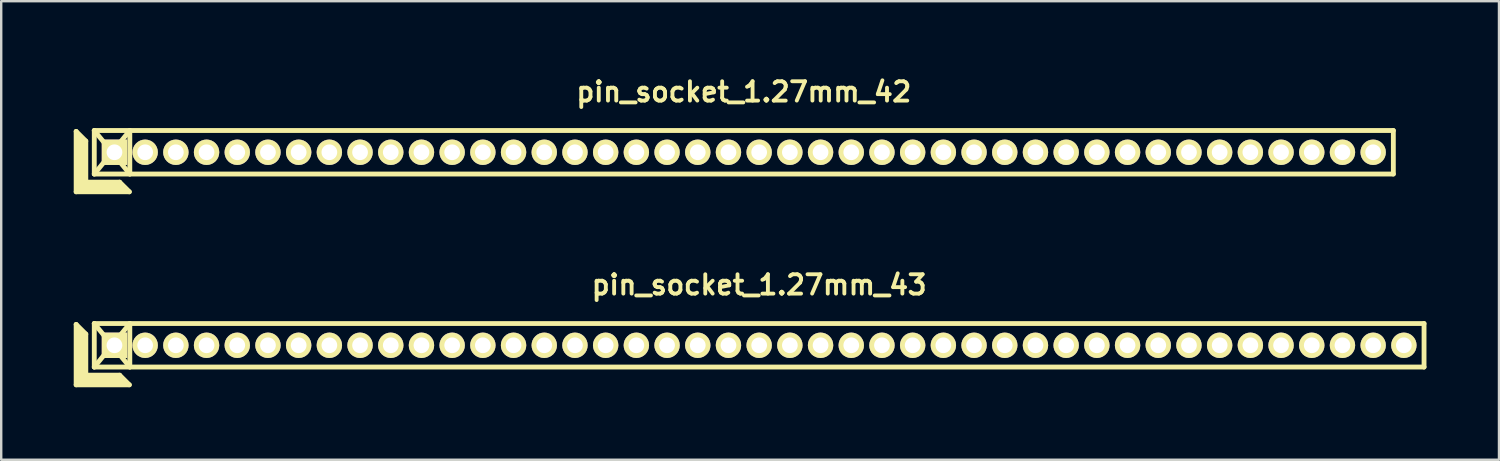
<source format=kicad_pcb>
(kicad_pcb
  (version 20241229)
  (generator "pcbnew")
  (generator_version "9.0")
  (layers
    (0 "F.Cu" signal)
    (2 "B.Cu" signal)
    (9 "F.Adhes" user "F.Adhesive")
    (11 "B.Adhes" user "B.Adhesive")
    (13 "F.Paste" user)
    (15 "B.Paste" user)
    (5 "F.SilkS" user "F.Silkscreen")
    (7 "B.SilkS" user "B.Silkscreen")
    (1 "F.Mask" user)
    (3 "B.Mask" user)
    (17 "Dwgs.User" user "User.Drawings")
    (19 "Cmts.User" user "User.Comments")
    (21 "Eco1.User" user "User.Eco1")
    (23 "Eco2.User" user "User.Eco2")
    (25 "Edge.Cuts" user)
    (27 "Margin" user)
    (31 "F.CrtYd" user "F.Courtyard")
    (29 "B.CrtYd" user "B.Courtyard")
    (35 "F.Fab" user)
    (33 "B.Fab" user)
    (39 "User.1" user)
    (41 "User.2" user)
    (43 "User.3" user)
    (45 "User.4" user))
  (footprint "pin_socket_1.27mm_43"
    (layer "F.Cu")
    (at 28.355 11.234)
    (property "Reference" "pin_socket_1.27mm_43" (at 0 -2.5 0) (layer "F.SilkS") (effects (font (size 0.8 0.8) (thickness 0.16))))
    (attr through_hole)
    (fp_line (start -28.255 -0.864) (end -28.255 1.636) (stroke (width 0.2) (type solid)) (layer "F.SilkS"))
    (fp_line (start -28.255 -0.864) (end -27.855 -0.464) (stroke (width 0.2) (type solid)) (layer "F.SilkS"))
    (fp_line (start -28.255 1.636) (end -26.055 1.636) (stroke (width 0.2) (type solid)) (layer "F.SilkS"))
    (fp_line (start -28.155 1.536) (end -28.155 -0.664) (stroke (width 0.2) (type solid)) (layer "F.SilkS"))
    (fp_line (start -28.155 1.536) (end -26.255 1.536) (stroke (width 0.2) (type solid)) (layer "F.SilkS"))
    (fp_line (start -28.055 1.436) (end -28.055 -0.564) (stroke (width 0.2) (type solid)) (layer "F.SilkS"))
    (fp_line (start -28.055 1.436) (end -26.355 1.436) (stroke (width 0.2) (type solid)) (layer "F.SilkS"))
    (fp_line (start -27.955 1.336) (end -27.955 -0.464) (stroke (width 0.2) (type solid)) (layer "F.SilkS"))
    (fp_line (start -27.955 1.336) (end -26.455 1.336) (stroke (width 0.2) (type solid)) (layer "F.SilkS"))
    (fp_line (start -27.855 1.236) (end -27.855 -0.464) (stroke (width 0.2) (type solid)) (layer "F.SilkS"))
    (fp_line (start -27.855 1.236) (end -26.455 1.236) (stroke (width 0.2) (type solid)) (layer "F.SilkS"))
    (fp_line (start -27.505 -0.9) (end -26.035 0.9) (stroke (width 0.2) (type solid)) (layer "F.SilkS"))
    (fp_line (start -27.505 -0.9) (end 27.505 -0.9) (stroke (width 0.2) (type solid)) (layer "F.SilkS"))
    (fp_line (start -27.505 0.9) (end -27.505 -0.9) (stroke (width 0.2) (type solid)) (layer "F.SilkS"))
    (fp_line (start -27.505 0.9) (end -26.035 -0.9) (stroke (width 0.2) (type solid)) (layer "F.SilkS"))
    (fp_line (start -26.455 1.236) (end -26.055 1.636) (stroke (width 0.2) (type solid)) (layer "F.SilkS"))
    (fp_line (start -26.035 -0.9) (end -26.035 0.9) (stroke (width 0.2) (type solid)) (layer "F.SilkS"))
    (fp_line (start 27.505 -0.9) (end 27.505 0.9) (stroke (width 0.2) (type solid)) (layer "F.SilkS"))
    (fp_line (start 27.505 0.9) (end -27.505 0.9) (stroke (width 0.2) (type solid)) (layer "F.SilkS"))
    (pad "1" thru_hole rect (at -26.67 0) (size 1.05 1.05) (drill 0.65) (layers "*.Cu" "*.Mask" "F.SilkS"))
    (pad "2" thru_hole oval (at -25.4 0) (size 1.05 1.05) (drill 0.65) (layers "*.Cu" "*.Mask" "F.SilkS"))
    (pad "3" thru_hole oval (at -24.13 0) (size 1.05 1.05) (drill 0.65) (layers "*.Cu" "*.Mask" "F.SilkS"))
    (pad "4" thru_hole oval (at -22.86 0) (size 1.05 1.05) (drill 0.65) (layers "*.Cu" "*.Mask" "F.SilkS"))
    (pad "5" thru_hole oval (at -21.59 0) (size 1.05 1.05) (drill 0.65) (layers "*.Cu" "*.Mask" "F.SilkS"))
    (pad "6" thru_hole oval (at -20.32 0) (size 1.05 1.05) (drill 0.65) (layers "*.Cu" "*.Mask" "F.SilkS"))
    (pad "7" thru_hole oval (at -19.05 0) (size 1.05 1.05) (drill 0.65) (layers "*.Cu" "*.Mask" "F.SilkS"))
    (pad "8" thru_hole oval (at -17.78 0) (size 1.05 1.05) (drill 0.65) (layers "*.Cu" "*.Mask" "F.SilkS"))
    (pad "9" thru_hole oval (at -16.51 0) (size 1.05 1.05) (drill 0.65) (layers "*.Cu" "*.Mask" "F.SilkS"))
    (pad "10" thru_hole oval (at -15.24 0) (size 1.05 1.05) (drill 0.65) (layers "*.Cu" "*.Mask" "F.SilkS"))
    (pad "11" thru_hole oval (at -13.97 0) (size 1.05 1.05) (drill 0.65) (layers "*.Cu" "*.Mask" "F.SilkS"))
    (pad "12" thru_hole oval (at -12.7 0) (size 1.05 1.05) (drill 0.65) (layers "*.Cu" "*.Mask" "F.SilkS"))
    (pad "13" thru_hole oval (at -11.43 0) (size 1.05 1.05) (drill 0.65) (layers "*.Cu" "*.Mask" "F.SilkS"))
    (pad "14" thru_hole oval (at -10.16 0) (size 1.05 1.05) (drill 0.65) (layers "*.Cu" "*.Mask" "F.SilkS"))
    (pad "15" thru_hole oval (at -8.89 0) (size 1.05 1.05) (drill 0.65) (layers "*.Cu" "*.Mask" "F.SilkS"))
    (pad "16" thru_hole oval (at -7.62 0) (size 1.05 1.05) (drill 0.65) (layers "*.Cu" "*.Mask" "F.SilkS"))
    (pad "17" thru_hole oval (at -6.35 0) (size 1.05 1.05) (drill 0.65) (layers "*.Cu" "*.Mask" "F.SilkS"))
    (pad "18" thru_hole oval (at -5.08 0) (size 1.05 1.05) (drill 0.65) (layers "*.Cu" "*.Mask" "F.SilkS"))
    (pad "19" thru_hole oval (at -3.81 0) (size 1.05 1.05) (drill 0.65) (layers "*.Cu" "*.Mask" "F.SilkS"))
    (pad "20" thru_hole oval (at -2.54 0) (size 1.05 1.05) (drill 0.65) (layers "*.Cu" "*.Mask" "F.SilkS"))
    (pad "21" thru_hole oval (at -1.27 0) (size 1.05 1.05) (drill 0.65) (layers "*.Cu" "*.Mask" "F.SilkS"))
    (pad "22" thru_hole oval (at 0 0) (size 1.05 1.05) (drill 0.65) (layers "*.Cu" "*.Mask" "F.SilkS"))
    (pad "23" thru_hole oval (at 1.27 0) (size 1.05 1.05) (drill 0.65) (layers "*.Cu" "*.Mask" "F.SilkS"))
    (pad "24" thru_hole oval (at 2.54 0) (size 1.05 1.05) (drill 0.65) (layers "*.Cu" "*.Mask" "F.SilkS"))
    (pad "25" thru_hole oval (at 3.81 0) (size 1.05 1.05) (drill 0.65) (layers "*.Cu" "*.Mask" "F.SilkS"))
    (pad "26" thru_hole oval (at 5.08 0) (size 1.05 1.05) (drill 0.65) (layers "*.Cu" "*.Mask" "F.SilkS"))
    (pad "27" thru_hole oval (at 6.35 0) (size 1.05 1.05) (drill 0.65) (layers "*.Cu" "*.Mask" "F.SilkS"))
    (pad "28" thru_hole oval (at 7.62 0) (size 1.05 1.05) (drill 0.65) (layers "*.Cu" "*.Mask" "F.SilkS"))
    (pad "29" thru_hole oval (at 8.89 0) (size 1.05 1.05) (drill 0.65) (layers "*.Cu" "*.Mask" "F.SilkS"))
    (pad "30" thru_hole oval (at 10.16 0) (size 1.05 1.05) (drill 0.65) (layers "*.Cu" "*.Mask" "F.SilkS"))
    (pad "31" thru_hole oval (at 11.43 0) (size 1.05 1.05) (drill 0.65) (layers "*.Cu" "*.Mask" "F.SilkS"))
    (pad "32" thru_hole oval (at 12.7 0) (size 1.05 1.05) (drill 0.65) (layers "*.Cu" "*.Mask" "F.SilkS"))
    (pad "33" thru_hole oval (at 13.97 0) (size 1.05 1.05) (drill 0.65) (layers "*.Cu" "*.Mask" "F.SilkS"))
    (pad "34" thru_hole oval (at 15.24 0) (size 1.05 1.05) (drill 0.65) (layers "*.Cu" "*.Mask" "F.SilkS"))
    (pad "35" thru_hole oval (at 16.51 0) (size 1.05 1.05) (drill 0.65) (layers "*.Cu" "*.Mask" "F.SilkS"))
    (pad "36" thru_hole oval (at 17.78 0) (size 1.05 1.05) (drill 0.65) (layers "*.Cu" "*.Mask" "F.SilkS"))
    (pad "37" thru_hole oval (at 19.05 0) (size 1.05 1.05) (drill 0.65) (layers "*.Cu" "*.Mask" "F.SilkS"))
    (pad "38" thru_hole oval (at 20.32 0) (size 1.05 1.05) (drill 0.65) (layers "*.Cu" "*.Mask" "F.SilkS"))
    (pad "39" thru_hole oval (at 21.59 0) (size 1.05 1.05) (drill 0.65) (layers "*.Cu" "*.Mask" "F.SilkS"))
    (pad "40" thru_hole oval (at 22.86 0) (size 1.05 1.05) (drill 0.65) (layers "*.Cu" "*.Mask" "F.SilkS"))
    (pad "41" thru_hole oval (at 24.13 0) (size 1.05 1.05) (drill 0.65) (layers "*.Cu" "*.Mask" "F.SilkS"))
    (pad "42" thru_hole oval (at 25.4 0) (size 1.05 1.05) (drill 0.65) (layers "*.Cu" "*.Mask" "F.SilkS"))
    (pad "43" thru_hole oval (at 26.67 0) (size 1.05 1.05) (drill 0.65) (layers "*.Cu" "*.Mask" "F.SilkS")))
  (footprint "pin_socket_1.27mm_42"
    (layer "F.Cu")
    (at 27.72 3.249)
    (property "Reference" "pin_socket_1.27mm_42" (at 0 -2.5 0) (layer "F.SilkS") (effects (font (size 0.8 0.8) (thickness 0.16))))
    (attr through_hole)
    (fp_line (start -27.62 -0.864) (end -27.62 1.636) (stroke (width 0.2) (type solid)) (layer "F.SilkS"))
    (fp_line (start -27.62 -0.864) (end -27.22 -0.464) (stroke (width 0.2) (type solid)) (layer "F.SilkS"))
    (fp_line (start -27.62 1.636) (end -25.42 1.636) (stroke (width 0.2) (type solid)) (layer "F.SilkS"))
    (fp_line (start -27.52 1.536) (end -27.52 -0.664) (stroke (width 0.2) (type solid)) (layer "F.SilkS"))
    (fp_line (start -27.52 1.536) (end -25.62 1.536) (stroke (width 0.2) (type solid)) (layer "F.SilkS"))
    (fp_line (start -27.42 1.436) (end -27.42 -0.564) (stroke (width 0.2) (type solid)) (layer "F.SilkS"))
    (fp_line (start -27.42 1.436) (end -25.72 1.436) (stroke (width 0.2) (type solid)) (layer "F.SilkS"))
    (fp_line (start -27.32 1.336) (end -27.32 -0.464) (stroke (width 0.2) (type solid)) (layer "F.SilkS"))
    (fp_line (start -27.32 1.336) (end -25.82 1.336) (stroke (width 0.2) (type solid)) (layer "F.SilkS"))
    (fp_line (start -27.22 1.236) (end -27.22 -0.464) (stroke (width 0.2) (type solid)) (layer "F.SilkS"))
    (fp_line (start -27.22 1.236) (end -25.82 1.236) (stroke (width 0.2) (type solid)) (layer "F.SilkS"))
    (fp_line (start -26.87 -0.9) (end -25.4 0.9) (stroke (width 0.2) (type solid)) (layer "F.SilkS"))
    (fp_line (start -26.87 -0.9) (end 26.87 -0.9) (stroke (width 0.2) (type solid)) (layer "F.SilkS"))
    (fp_line (start -26.87 0.9) (end -26.87 -0.9) (stroke (width 0.2) (type solid)) (layer "F.SilkS"))
    (fp_line (start -26.87 0.9) (end -25.4 -0.9) (stroke (width 0.2) (type solid)) (layer "F.SilkS"))
    (fp_line (start -25.82 1.236) (end -25.42 1.636) (stroke (width 0.2) (type solid)) (layer "F.SilkS"))
    (fp_line (start -25.4 -0.9) (end -25.4 0.9) (stroke (width 0.2) (type solid)) (layer "F.SilkS"))
    (fp_line (start 26.87 -0.9) (end 26.87 0.9) (stroke (width 0.2) (type solid)) (layer "F.SilkS"))
    (fp_line (start 26.87 0.9) (end -26.87 0.9) (stroke (width 0.2) (type solid)) (layer "F.SilkS"))
    (pad "1" thru_hole rect (at -26.035 0) (size 1.05 1.05) (drill 0.65) (layers "*.Cu" "*.Mask" "F.SilkS"))
    (pad "2" thru_hole oval (at -24.765 0) (size 1.05 1.05) (drill 0.65) (layers "*.Cu" "*.Mask" "F.SilkS"))
    (pad "3" thru_hole oval (at -23.495 0) (size 1.05 1.05) (drill 0.65) (layers "*.Cu" "*.Mask" "F.SilkS"))
    (pad "4" thru_hole oval (at -22.225 0) (size 1.05 1.05) (drill 0.65) (layers "*.Cu" "*.Mask" "F.SilkS"))
    (pad "5" thru_hole oval (at -20.955 0) (size 1.05 1.05) (drill 0.65) (layers "*.Cu" "*.Mask" "F.SilkS"))
    (pad "6" thru_hole oval (at -19.685 0) (size 1.05 1.05) (drill 0.65) (layers "*.Cu" "*.Mask" "F.SilkS"))
    (pad "7" thru_hole oval (at -18.415 0) (size 1.05 1.05) (drill 0.65) (layers "*.Cu" "*.Mask" "F.SilkS"))
    (pad "8" thru_hole oval (at -17.145 0) (size 1.05 1.05) (drill 0.65) (layers "*.Cu" "*.Mask" "F.SilkS"))
    (pad "9" thru_hole oval (at -15.875 0) (size 1.05 1.05) (drill 0.65) (layers "*.Cu" "*.Mask" "F.SilkS"))
    (pad "10" thru_hole oval (at -14.605 0) (size 1.05 1.05) (drill 0.65) (layers "*.Cu" "*.Mask" "F.SilkS"))
    (pad "11" thru_hole oval (at -13.335 0) (size 1.05 1.05) (drill 0.65) (layers "*.Cu" "*.Mask" "F.SilkS"))
    (pad "12" thru_hole oval (at -12.065 0) (size 1.05 1.05) (drill 0.65) (layers "*.Cu" "*.Mask" "F.SilkS"))
    (pad "13" thru_hole oval (at -10.795 0) (size 1.05 1.05) (drill 0.65) (layers "*.Cu" "*.Mask" "F.SilkS"))
    (pad "14" thru_hole oval (at -9.525 0) (size 1.05 1.05) (drill 0.65) (layers "*.Cu" "*.Mask" "F.SilkS"))
    (pad "15" thru_hole oval (at -8.255 0) (size 1.05 1.05) (drill 0.65) (layers "*.Cu" "*.Mask" "F.SilkS"))
    (pad "16" thru_hole oval (at -6.985 0) (size 1.05 1.05) (drill 0.65) (layers "*.Cu" "*.Mask" "F.SilkS"))
    (pad "17" thru_hole oval (at -5.715 0) (size 1.05 1.05) (drill 0.65) (layers "*.Cu" "*.Mask" "F.SilkS"))
    (pad "18" thru_hole oval (at -4.445 0) (size 1.05 1.05) (drill 0.65) (layers "*.Cu" "*.Mask" "F.SilkS"))
    (pad "19" thru_hole oval (at -3.175 0) (size 1.05 1.05) (drill 0.65) (layers "*.Cu" "*.Mask" "F.SilkS"))
    (pad "20" thru_hole oval (at -1.905 0) (size 1.05 1.05) (drill 0.65) (layers "*.Cu" "*.Mask" "F.SilkS"))
    (pad "21" thru_hole oval (at -0.635 0) (size 1.05 1.05) (drill 0.65) (layers "*.Cu" "*.Mask" "F.SilkS"))
    (pad "22" thru_hole oval (at 0.635 0) (size 1.05 1.05) (drill 0.65) (layers "*.Cu" "*.Mask" "F.SilkS"))
    (pad "23" thru_hole oval (at 1.905 0) (size 1.05 1.05) (drill 0.65) (layers "*.Cu" "*.Mask" "F.SilkS"))
    (pad "24" thru_hole oval (at 3.175 0) (size 1.05 1.05) (drill 0.65) (layers "*.Cu" "*.Mask" "F.SilkS"))
    (pad "25" thru_hole oval (at 4.445 0) (size 1.05 1.05) (drill 0.65) (layers "*.Cu" "*.Mask" "F.SilkS"))
    (pad "26" thru_hole oval (at 5.715 0) (size 1.05 1.05) (drill 0.65) (layers "*.Cu" "*.Mask" "F.SilkS"))
    (pad "27" thru_hole oval (at 6.985 0) (size 1.05 1.05) (drill 0.65) (layers "*.Cu" "*.Mask" "F.SilkS"))
    (pad "28" thru_hole oval (at 8.255 0) (size 1.05 1.05) (drill 0.65) (layers "*.Cu" "*.Mask" "F.SilkS"))
    (pad "29" thru_hole oval (at 9.525 0) (size 1.05 1.05) (drill 0.65) (layers "*.Cu" "*.Mask" "F.SilkS"))
    (pad "30" thru_hole oval (at 10.795 0) (size 1.05 1.05) (drill 0.65) (layers "*.Cu" "*.Mask" "F.SilkS"))
    (pad "31" thru_hole oval (at 12.065 0) (size 1.05 1.05) (drill 0.65) (layers "*.Cu" "*.Mask" "F.SilkS"))
    (pad "32" thru_hole oval (at 13.335 0) (size 1.05 1.05) (drill 0.65) (layers "*.Cu" "*.Mask" "F.SilkS"))
    (pad "33" thru_hole oval (at 14.605 0) (size 1.05 1.05) (drill 0.65) (layers "*.Cu" "*.Mask" "F.SilkS"))
    (pad "34" thru_hole oval (at 15.875 0) (size 1.05 1.05) (drill 0.65) (layers "*.Cu" "*.Mask" "F.SilkS"))
    (pad "35" thru_hole oval (at 17.145 0) (size 1.05 1.05) (drill 0.65) (layers "*.Cu" "*.Mask" "F.SilkS"))
    (pad "36" thru_hole oval (at 18.415 0) (size 1.05 1.05) (drill 0.65) (layers "*.Cu" "*.Mask" "F.SilkS"))
    (pad "37" thru_hole oval (at 19.685 0) (size 1.05 1.05) (drill 0.65) (layers "*.Cu" "*.Mask" "F.SilkS"))
    (pad "38" thru_hole oval (at 20.955 0) (size 1.05 1.05) (drill 0.65) (layers "*.Cu" "*.Mask" "F.SilkS"))
    (pad "39" thru_hole oval (at 22.225 0) (size 1.05 1.05) (drill 0.65) (layers "*.Cu" "*.Mask" "F.SilkS"))
    (pad "40" thru_hole oval (at 23.495 0) (size 1.05 1.05) (drill 0.65) (layers "*.Cu" "*.Mask" "F.SilkS"))
    (pad "41" thru_hole oval (at 24.765 0) (size 1.05 1.05) (drill 0.65) (layers "*.Cu" "*.Mask" "F.SilkS"))
    (pad "42" thru_hole oval (at 26.035 0) (size 1.05 1.05) (drill 0.65) (layers "*.Cu" "*.Mask" "F.SilkS")))
  (gr_rect
    (start -3 -3)
    (end 58.96 15.97)
    (stroke (width 0.1) (type default))
    (fill no)
    (layer "Edge.Cuts")))
</source>
